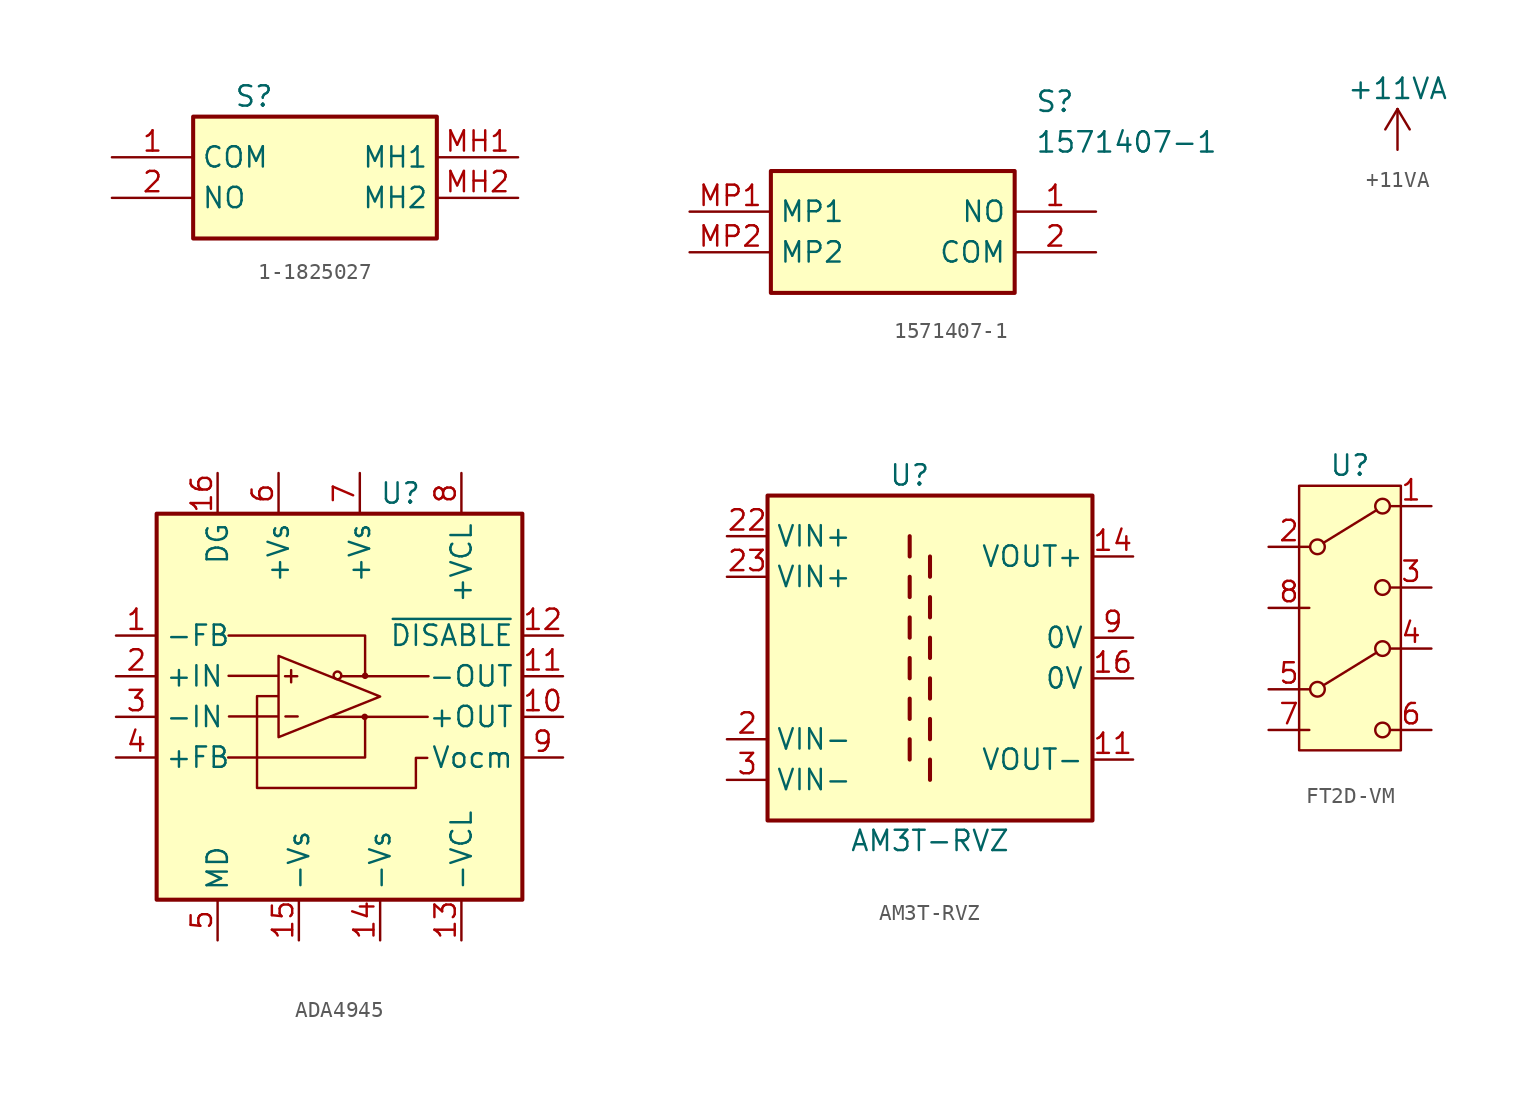
<source format=kicad_sym>
(kicad_symbol_lib
  (version 20231120)
  (generator "kicad_symbol_editor")
  (generator_version "8.0")
  (symbol "1-1825027"
    (property "Reference" "S"
      (at 0 0 0)
      (effects (font (size 1.27 1.27))))
    (property "Value" ""
      (at 0 0 0)
      (effects (font (size 1.27 1.27))))
    (symbol "1-1825027_1_1"
      (rectangle (start -3.81 -1.27) (end 11.43 -8.89) (stroke (width 0.254) (type default)) (fill (type background)))
      (pin passive line (at -8.89 -3.81 0) (length 5.08) (name "COM" (effects (font (size 1.27 1.27)))) (number "1" (effects (font (size 1.27 1.27)))))
      (pin passive line (at -8.89 -6.35 0) (length 5.08) (name "NO" (effects (font (size 1.27 1.27)))) (number "2" (effects (font (size 1.27 1.27)))))
      (pin passive line (at 16.51 -3.81 180) (length 5.08) (name "MH1" (effects (font (size 1.27 1.27)))) (number "MH1" (effects (font (size 1.27 1.27)))))
      (pin passive line (at 16.51 -6.35 180) (length 5.08) (name "MH2" (effects (font (size 1.27 1.27)))) (number "MH2" (effects (font (size 1.27 1.27)))))))
  (symbol "1571407-1"
    (property "Reference" "S"
      (at 21.59 7.62 0)
      (effects (font (size 1.27 1.27)) (justify left top)))
    (property "Value" "1571407-1"
      (at 21.59 5.08 0)
      (effects (font (size 1.27 1.27)) (justify left top)))
    (symbol "1571407-1_1_1"
      (rectangle (start 5.08 2.54) (end 20.32 -5.08) (stroke (width 0.254) (type default)) (fill (type background)))
      (pin passive line (at 25.4 0 180) (length 5.08) (name "NO" (effects (font (size 1.27 1.27)))) (number "1" (effects (font (size 1.27 1.27)))))
      (pin passive line (at 25.4 -2.54 180) (length 5.08) (name "COM" (effects (font (size 1.27 1.27)))) (number "2" (effects (font (size 1.27 1.27)))))
      (pin passive line (at 0 0 0) (length 5.08) (name "MP1" (effects (font (size 1.27 1.27)))) (number "MP1" (effects (font (size 1.27 1.27)))))
      (pin passive line (at 0 -2.54 0) (length 5.08) (name "MP2" (effects (font (size 1.27 1.27)))) (number "MP2" (effects (font (size 1.27 1.27)))))))
  (symbol "+11VA"
    (power)
    (property "Reference" "#PWR"
      (at -5.08 0 0)
      (effects (font (size 1.27 1.27)) (hide yes)))
    (property "Value" "+11VA"
      (at 0 3.81 0)
      (effects (font (size 1.27 1.27))))
    (symbol "+11VA_0_1"
      (polyline (pts (xy -0.762 1.27) (xy 0 2.54)) (stroke (width 0) (type default)) (fill (type none)))
      (polyline (pts (xy 0 0) (xy 0 2.54)) (stroke (width 0) (type default)) (fill (type none)))
      (polyline (pts (xy 0 2.54) (xy 0.762 1.27)) (stroke (width 0) (type default)) (fill (type none))))
    (symbol "+11VA_1_1"
      (pin power_in line (at 0 0 90) (length 0) hide (name "+11VA" (effects (font (size 1.27 1.27)))) (number "1" (effects (font (size 1.27 1.27)))))))
  (symbol "ADA4945"
    (property "Reference" "U"
      (at 7.62 3.81 0)
      (effects (font (size 1.27 1.27))))
    (property "Value" ""
      (at 0 2.54 0)
      (effects (font (size 1.27 1.27))))
    (symbol "ADA4945_0_1"
      (rectangle (start -7.62 2.54) (end 15.24 -21.59) (stroke (width 0.254) (type default)) (fill (type background)))
      (polyline (pts (xy -0.051 -10.135) (xy -3.099 -10.135)) (stroke (width 0) (type default)) (fill (type none)))
      (polyline (pts (xy -0.051 -7.595) (xy -3.124 -7.595)) (stroke (width 0) (type default)) (fill (type none)))
      (polyline (pts (xy 0.406 -7.62) (xy 1.168 -7.62)) (stroke (width 0) (type default)) (fill (type none)))
      (polyline (pts (xy 0.432 -10.135) (xy 1.194 -10.135)) (stroke (width 0) (type default)) (fill (type none)))
      (polyline (pts (xy 0.787 -8.001) (xy 0.787 -7.239)) (stroke (width 0) (type default)) (fill (type none)))
      (polyline (pts (xy 9.322 -10.16) (xy 3.251 -10.16)) (stroke (width 0) (type default)) (fill (type none)))
      (polyline (pts (xy 9.373 -7.62) (xy 3.912 -7.62)) (stroke (width 0) (type default)) (fill (type none)))
      (polyline (pts (xy -3.15 -12.7) (xy 5.41 -12.7) (xy 5.41 -10.185)) (stroke (width 0) (type default)) (fill (type none)))
      (polyline (pts (xy -3.124 -5.08) (xy 5.41 -5.08) (xy 5.41 -7.595)) (stroke (width 0) (type default)) (fill (type none)))
      (polyline (pts (xy 0 -6.35) (xy 0 -11.43) (xy 6.35 -8.89) (xy 0 -6.35)) (stroke (width 0) (type default)) (fill (type none)))
      (polyline (pts (xy -0.051 -8.865) (xy -1.346 -8.865) (xy -1.346 -14.605) (xy 8.585 -14.605) (xy 8.585 -12.725) (xy 9.296 -12.725)) (stroke (width 0) (type default)) (fill (type none)))
      (circle (center 3.683 -7.569) (radius 0.24) (stroke (width 0) (type default)) (fill (type none)))
      (circle (center 5.385 -10.16) (radius 0.127) (stroke (width 0) (type default)) (fill (type none)))
      (circle (center 5.41 -7.595) (radius 0.127) (stroke (width 0) (type default)) (fill (type none))))
    (symbol "ADA4945_1_0"
      (pin power_in line (at 6.35 -24.13 90) (length 2.54) (name "-Vs" (effects (font (size 1.27 1.27)))) (number "14" (effects (font (size 1.27 1.27)))))
      (pin passive line (at 6.35 -24.13 90) (length 2.54) hide (name "-Vs" (effects (font (size 1.27 1.27)))) (number "17" (effects (font (size 1.27 1.27)))))
      (pin power_in line (at 0 5.08 270) (length 2.54) (name "+Vs" (effects (font (size 1.27 1.27)))) (number "6" (effects (font (size 1.27 1.27))))))
    (symbol "ADA4945_1_1"
      (pin input line (at -10.16 -5.08 0) (length 2.54) (name "-FB" (effects (font (size 1.27 1.27)))) (number "1" (effects (font (size 1.27 1.27)))))
      (pin output line (at 17.78 -10.16 180) (length 2.54) (name "+OUT" (effects (font (size 1.27 1.27)))) (number "10" (effects (font (size 1.27 1.27)))))
      (pin output line (at 17.78 -7.62 180) (length 2.54) (name "-OUT" (effects (font (size 1.27 1.27)))) (number "11" (effects (font (size 1.27 1.27)))))
      (pin input line (at 17.78 -5.08 180) (length 2.54) (name "~{DISABLE}" (effects (font (size 1.27 1.27)))) (number "12" (effects (font (size 1.27 1.27)))))
      (pin input line (at 11.43 -24.13 90) (length 2.54) (name "-VCL" (effects (font (size 1.27 1.27)))) (number "13" (effects (font (size 1.27 1.27)))))
      (pin power_in line (at 1.27 -24.13 90) (length 2.54) (name "-Vs" (effects (font (size 1.27 1.27)))) (number "15" (effects (font (size 1.27 1.27)))))
      (pin power_in line (at -3.81 5.08 270) (length 2.54) (name "DG" (effects (font (size 1.27 1.27)))) (number "16" (effects (font (size 1.27 1.27)))))
      (pin input line (at -10.16 -7.62 0) (length 2.54) (name "+IN" (effects (font (size 1.27 1.27)))) (number "2" (effects (font (size 1.27 1.27)))))
      (pin passive line (at -10.16 -10.16 0) (length 2.54) (name "-IN" (effects (font (size 1.27 1.27)))) (number "3" (effects (font (size 1.27 1.27)))))
      (pin passive line (at -10.16 -12.7 0) (length 2.54) (name "+FB" (effects (font (size 1.27 1.27)))) (number "4" (effects (font (size 1.27 1.27)))))
      (pin input line (at -3.81 -24.13 90) (length 2.54) (name "MD" (effects (font (size 1.27 1.27)))) (number "5" (effects (font (size 1.27 1.27)))))
      (pin power_in line (at 5.08 5.08 270) (length 2.54) (name "+Vs" (effects (font (size 1.27 1.27)))) (number "7" (effects (font (size 1.27 1.27)))))
      (pin input line (at 11.43 5.08 270) (length 2.54) (name "+VCL" (effects (font (size 1.27 1.27)))) (number "8" (effects (font (size 1.27 1.27)))))
      (pin passive line (at 17.78 -12.7 180) (length 2.54) (name "Vocm" (effects (font (size 1.27 1.27)))) (number "9" (effects (font (size 1.27 1.27)))))))
  (symbol "AM3T-RVZ"
    (property "Reference" "U"
      (at -1.27 2.54 0)
      (effects (font (size 1.27 1.27))))
    (property "Value" "AM3T-RVZ"
      (at 0 -20.32 0)
      (effects (font (size 1.27 1.27))))
    (symbol "AM3T-RVZ_0_1"
      (rectangle (start -10.16 1.27) (end 10.16 -19.05) (stroke (width 0.254) (type default)) (fill (type background)))
      (polyline (pts (xy -1.27 -13.97) (xy -1.27 -15.24)) (stroke (width 0.254) (type default)) (fill (type none)))
      (polyline (pts (xy -1.27 -11.43) (xy -1.27 -12.7)) (stroke (width 0.254) (type default)) (fill (type none)))
      (polyline (pts (xy -1.27 -8.89) (xy -1.27 -10.16)) (stroke (width 0.254) (type default)) (fill (type none)))
      (polyline (pts (xy -1.27 -6.35) (xy -1.27 -7.62)) (stroke (width 0.254) (type default)) (fill (type none)))
      (polyline (pts (xy -1.27 -3.81) (xy -1.27 -5.08)) (stroke (width 0.254) (type default)) (fill (type none)))
      (polyline (pts (xy -1.27 -1.27) (xy -1.27 -2.54)) (stroke (width 0.254) (type default)) (fill (type none)))
      (polyline (pts (xy 0 -16.51) (xy 0 -15.24)) (stroke (width 0.254) (type default)) (fill (type none)))
      (polyline (pts (xy 0 -13.97) (xy 0 -12.7)) (stroke (width 0.254) (type default)) (fill (type none)))
      (polyline (pts (xy 0 -10.16) (xy 0 -11.43)) (stroke (width 0.254) (type default)) (fill (type none)))
      (polyline (pts (xy 0 -8.89) (xy 0 -7.62)) (stroke (width 0.254) (type default)) (fill (type none)))
      (polyline (pts (xy 0 -6.35) (xy 0 -5.08)) (stroke (width 0.254) (type default)) (fill (type none)))
      (polyline (pts (xy 0 -3.81) (xy 0 -2.54)) (stroke (width 0.254) (type default)) (fill (type none))))
    (symbol "AM3T-RVZ_1_1"
      (pin power_out line (at 12.7 -15.24 180) (length 2.54) (name "VOUT-" (effects (font (size 1.27 1.27)))) (number "11" (effects (font (size 1.27 1.27)))))
      (pin power_out line (at 12.7 -2.54 180) (length 2.54) (name "VOUT+" (effects (font (size 1.27 1.27)))) (number "14" (effects (font (size 1.27 1.27)))))
      (pin passive line (at 12.7 -10.16 180) (length 2.54) (name "0V" (effects (font (size 1.27 1.27)))) (number "16" (effects (font (size 1.27 1.27)))))
      (pin power_in line (at -12.7 -13.97 0) (length 2.54) (name "VIN-" (effects (font (size 1.27 1.27)))) (number "2" (effects (font (size 1.27 1.27)))))
      (pin power_in line (at -12.7 -1.27 0) (length 2.54) (name "VIN+" (effects (font (size 1.27 1.27)))) (number "22" (effects (font (size 1.27 1.27)))))
      (pin power_in line (at -12.7 -3.81 0) (length 2.54) (name "VIN+" (effects (font (size 1.27 1.27)))) (number "23" (effects (font (size 1.27 1.27)))))
      (pin power_in line (at -12.7 -16.51 0) (length 2.54) (name "VIN-" (effects (font (size 1.27 1.27)))) (number "3" (effects (font (size 1.27 1.27)))))
      (pin passive line (at 12.7 -7.62 180) (length 2.54) (name "0V" (effects (font (size 1.27 1.27)))) (number "9" (effects (font (size 1.27 1.27)))))))
  (symbol "FT2D-VM"
    (property "Reference" "U"
      (at 0 0 0)
      (effects (font (size 1.27 1.27))))
    (property "Value" ""
      (at 0 0 0)
      (effects (font (size 1.27 1.27))))
    (symbol "FT2D-VM_0_1"
      (circle (center -2.032 -13.97) (radius 0.457) (stroke (width 0) (type default)) (fill (type none)))
      (circle (center -2.032 -5.08) (radius 0.457) (stroke (width 0) (type default)) (fill (type none)))
      (polyline (pts (xy -1.651 -13.716) (xy 1.651 -11.684)) (stroke (width 0) (type default)) (fill (type none)))
      (polyline (pts (xy -1.651 -4.826) (xy 1.651 -2.794)) (stroke (width 0) (type default)) (fill (type none)))
      (circle (center 2.032 -16.51) (radius 0.457) (stroke (width 0) (type default)) (fill (type none)))
      (circle (center 2.032 -11.43) (radius 0.457) (stroke (width 0) (type default)) (fill (type none)))
      (circle (center 2.032 -7.62) (radius 0.457) (stroke (width 0) (type default)) (fill (type none)))
      (circle (center 2.032 -2.54) (radius 0.457) (stroke (width 0) (type default)) (fill (type none))))
    (symbol "FT2D-VM_1_1"
      (rectangle (start -3.175 -1.27) (end 3.175 -17.78) (stroke (width 0) (type default)) (fill (type background)))
      (pin passive line (at 5.08 -2.54 180) (length 2.54) (name "" (effects (font (size 1.27 1.27)))) (number "1" (effects (font (size 1.27 1.27)))))
      (pin passive line (at -5.08 -5.08 0) (length 2.54) (name "" (effects (font (size 1.27 1.27)))) (number "2" (effects (font (size 1.27 1.27)))))
      (pin passive line (at 5.08 -7.62 180) (length 2.54) (name "" (effects (font (size 1.27 1.27)))) (number "3" (effects (font (size 1.27 1.27)))))
      (pin passive line (at 5.08 -11.43 180) (length 2.54) (name "" (effects (font (size 1.27 1.27)))) (number "4" (effects (font (size 1.27 1.27)))))
      (pin passive line (at -5.08 -13.97 0) (length 2.54) (name "" (effects (font (size 1.27 1.27)))) (number "5" (effects (font (size 1.27 1.27)))))
      (pin passive line (at 5.08 -16.51 180) (length 2.54) (name "" (effects (font (size 1.27 1.27)))) (number "6" (effects (font (size 1.27 1.27)))))
      (pin free line (at -5.08 -16.51 0) (length 2.54) (name "" (effects (font (size 1.27 1.27)))) (number "7" (effects (font (size 1.27 1.27)))))
      (pin free line (at -5.08 -8.89 0) (length 2.54) (name "" (effects (font (size 1.27 1.27)))) (number "8" (effects (font (size 1.27 1.27))))))))
</source>
